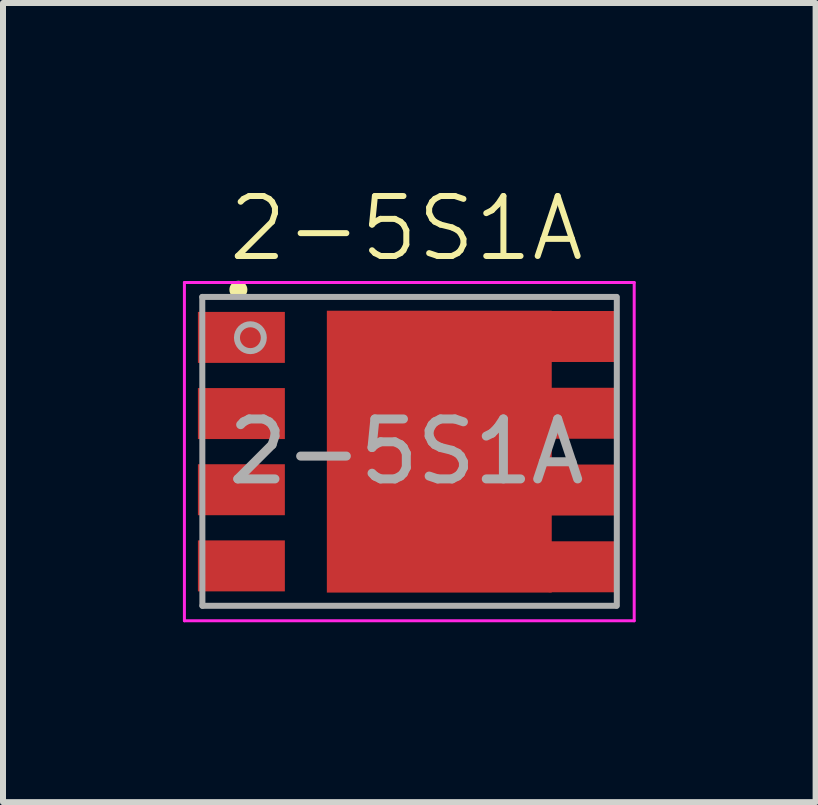
<source format=kicad_pcb>
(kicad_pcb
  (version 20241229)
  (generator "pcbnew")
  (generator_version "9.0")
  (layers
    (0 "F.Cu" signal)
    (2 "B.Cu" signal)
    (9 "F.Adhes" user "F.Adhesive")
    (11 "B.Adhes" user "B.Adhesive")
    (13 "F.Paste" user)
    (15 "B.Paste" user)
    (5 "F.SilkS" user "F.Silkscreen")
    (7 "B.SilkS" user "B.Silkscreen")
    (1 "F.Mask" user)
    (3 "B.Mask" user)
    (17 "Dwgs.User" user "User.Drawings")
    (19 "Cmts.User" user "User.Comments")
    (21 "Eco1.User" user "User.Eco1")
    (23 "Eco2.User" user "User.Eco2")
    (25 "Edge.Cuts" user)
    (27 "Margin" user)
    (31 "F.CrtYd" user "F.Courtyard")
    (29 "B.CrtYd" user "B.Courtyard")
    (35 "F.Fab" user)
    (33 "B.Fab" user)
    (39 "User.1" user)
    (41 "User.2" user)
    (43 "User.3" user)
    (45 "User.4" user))
  (footprint "2-5S1A"
    (layer "F.Cu")
    (at 3.725 4.481)
    (property "Reference" "2-5S1A" (at 0 -3.72 0) (unlocked yes) (layer "F.SilkS") (effects (font (size 1 1) (thickness 0.1))))
    (attr smd)
    (fp_circle (center -2.8 -2.7) (end -2.7 -2.7) (stroke (width 0.1) (type solid)) (fill yes) (layer "F.SilkS"))
    (fp_line (start -3.7 -2.82) (end 3.8 -2.82) (stroke (width 0.05) (type solid)) (layer "F.CrtYd"))
    (fp_line (start -3.7 2.82) (end -3.7 -2.82) (stroke (width 0.05) (type solid)) (layer "F.CrtYd"))
    (fp_line (start 3.8 -2.82) (end 3.8 2.82) (stroke (width 0.05) (type solid)) (layer "F.CrtYd"))
    (fp_line (start 3.8 2.82) (end -3.7 2.82) (stroke (width 0.05) (type solid)) (layer "F.CrtYd"))
    (fp_line (start -3.402 -2.58) (end -3.4 2.57) (stroke (width 0.1) (type solid)) (layer "F.Fab"))
    (fp_line (start -3.402 -2.58) (end 3.5 -2.58) (stroke (width 0.1) (type solid)) (layer "F.Fab"))
    (fp_line (start 3.5 2.57) (end -3.4 2.57) (stroke (width 0.1) (type solid)) (layer "F.Fab"))
    (fp_line (start 3.51 -2.58) (end 3.51 2.57) (stroke (width 0.1) (type solid)) (layer "F.Fab"))
    (fp_circle (center -2.6 -1.9) (end -2.376 -1.9) (stroke (width 0.1) (type solid)) (fill no) (layer "F.Fab"))
    (fp_text user "${REFERENCE}" (at 0 0 0) (unlocked yes) (layer "F.Fab") (effects (font (size 1 1) (thickness 0.15))))
    (pad "" smd rect (at -0.6 -1.725) (size 0.9 0.9) (layers "F.Paste"))
    (pad "" smd rect (at -0.6 -0.575) (size 0.9 0.9) (layers "F.Paste"))
    (pad "" smd rect (at -0.6 0.575) (size 0.9 0.9) (layers "F.Paste"))
    (pad "" smd rect (at -0.6 1.725) (size 0.9 0.9) (layers "F.Paste"))
    (pad "" smd rect (at 0.5 -1.725) (size 0.9 0.9) (layers "F.Paste"))
    (pad "" smd rect (at 0.5 -0.575) (size 0.9 0.9) (layers "F.Paste"))
    (pad "" smd rect (at 0.5 0.575) (size 0.9 0.9) (layers "F.Paste"))
    (pad "" smd rect (at 0.5 1.725) (size 0.9 0.9) (layers "F.Paste"))
    (pad "" smd rect (at 1.6 -1.725) (size 0.9 0.9) (layers "F.Paste"))
    (pad "" smd rect (at 1.6 -0.575) (size 0.9 0.9) (layers "F.Paste"))
    (pad "" smd rect (at 1.6 0.575) (size 0.9 0.9) (layers "F.Paste"))
    (pad "" smd rect (at 1.6 1.725) (size 0.9 0.9) (layers "F.Paste"))
    (pad "1" smd rect (at -2.75 -1.905) (size 1.45 0.85) (layers "F.Cu" "F.Mask" "F.Paste"))
    (pad "2" smd rect (at -2.75 -0.635) (size 1.45 0.85) (layers "F.Cu" "F.Mask" "F.Paste"))
    (pad "3" smd rect (at -2.75 0.635) (size 1.45 0.85) (layers "F.Cu" "F.Mask" "F.Paste"))
    (pad "4" smd rect (at -2.75 1.905) (size 1.45 0.85) (layers "F.Cu" "F.Mask" "F.Paste"))
    (pad "5" smd rect (at 0.55 0) (size 3.75 4.7) (layers "F.Cu" "F.Mask"))
    (pad "5" smd rect (at 2.925 1.92) (size 1.1 0.85) (layers "F.Cu" "F.Mask" "F.Paste"))
    (pad "6" smd rect (at 2.925 0.64) (size 1.1 0.85) (layers "F.Cu" "F.Mask" "F.Paste"))
    (pad "7" smd rect (at 2.925 -0.64) (size 1.1 0.85) (layers "F.Cu" "F.Mask" "F.Paste"))
    (pad "8" smd rect (at 2.925 -1.92) (size 1.1 0.85) (layers "F.Cu" "F.Mask" "F.Paste")))
  (gr_rect
    (start -3 -3)
    (end 10.55 10.325)
    (stroke (width 0.1) (type default))
    (fill no)
    (layer "Edge.Cuts")))
</source>
